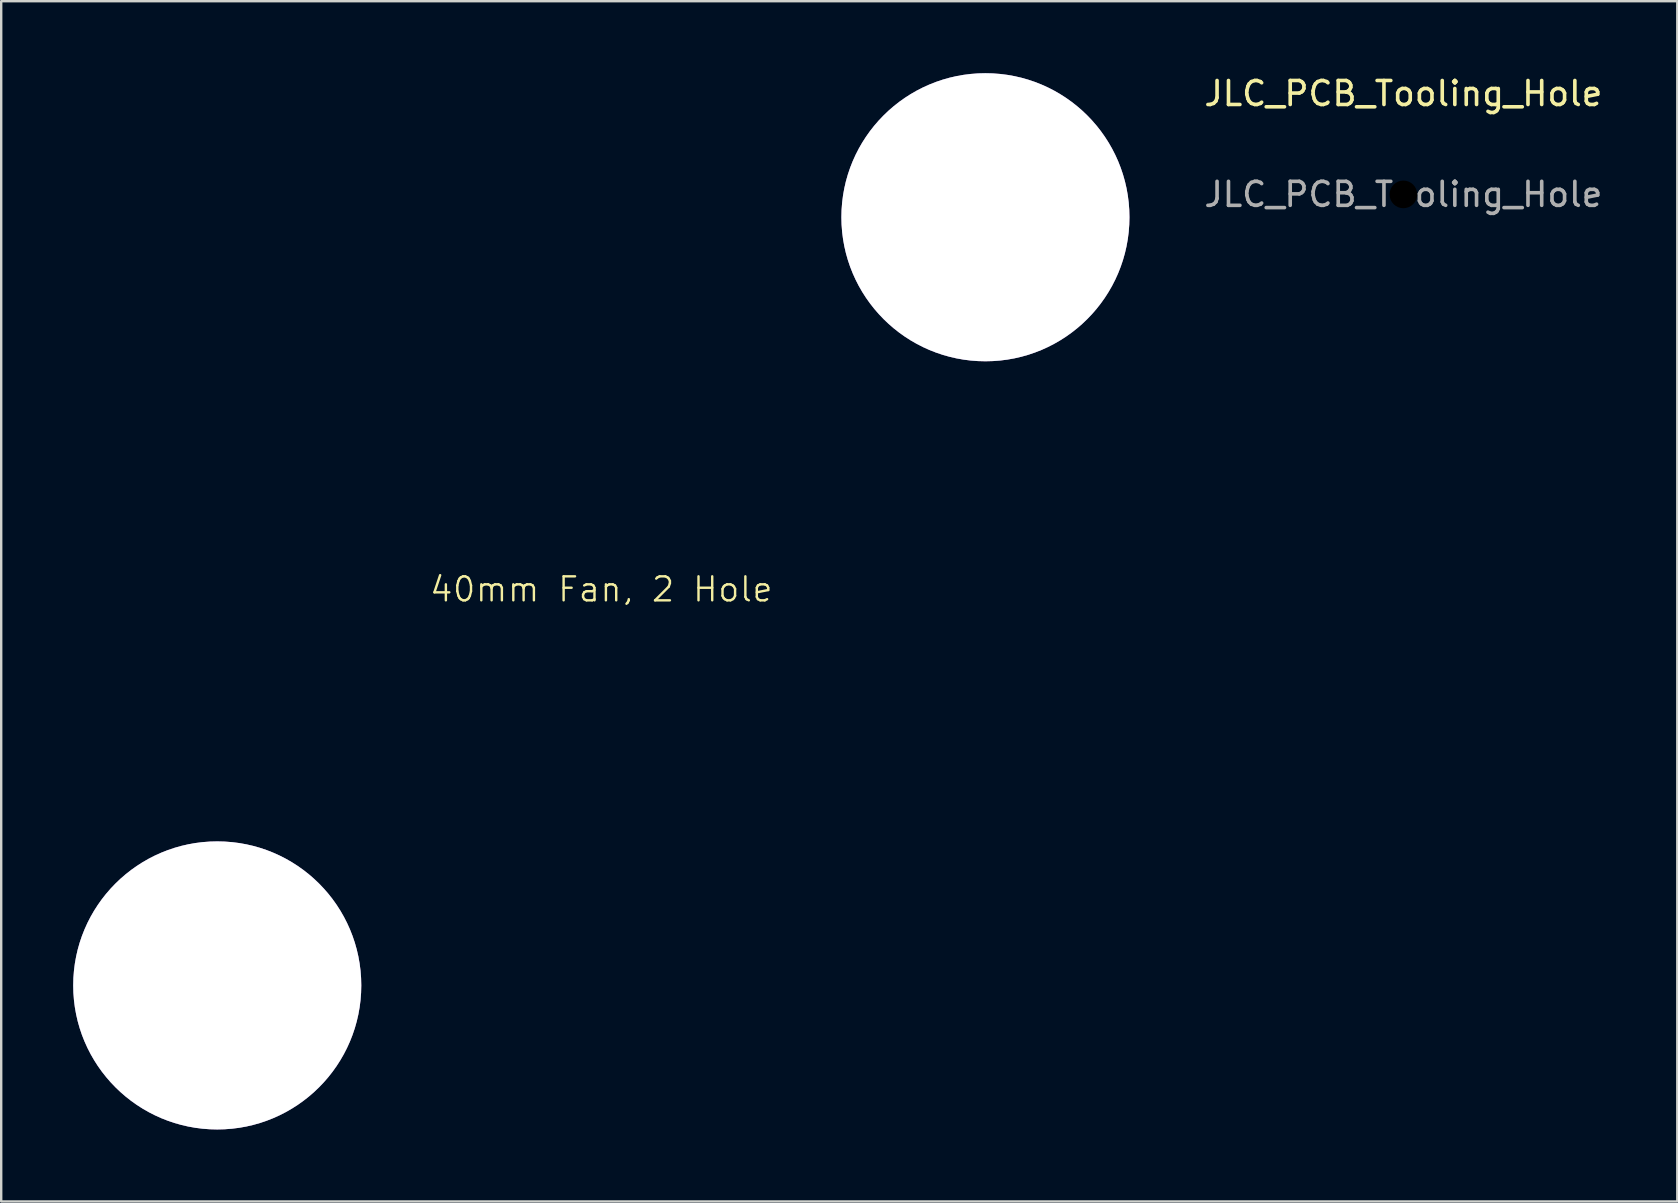
<source format=kicad_pcb>
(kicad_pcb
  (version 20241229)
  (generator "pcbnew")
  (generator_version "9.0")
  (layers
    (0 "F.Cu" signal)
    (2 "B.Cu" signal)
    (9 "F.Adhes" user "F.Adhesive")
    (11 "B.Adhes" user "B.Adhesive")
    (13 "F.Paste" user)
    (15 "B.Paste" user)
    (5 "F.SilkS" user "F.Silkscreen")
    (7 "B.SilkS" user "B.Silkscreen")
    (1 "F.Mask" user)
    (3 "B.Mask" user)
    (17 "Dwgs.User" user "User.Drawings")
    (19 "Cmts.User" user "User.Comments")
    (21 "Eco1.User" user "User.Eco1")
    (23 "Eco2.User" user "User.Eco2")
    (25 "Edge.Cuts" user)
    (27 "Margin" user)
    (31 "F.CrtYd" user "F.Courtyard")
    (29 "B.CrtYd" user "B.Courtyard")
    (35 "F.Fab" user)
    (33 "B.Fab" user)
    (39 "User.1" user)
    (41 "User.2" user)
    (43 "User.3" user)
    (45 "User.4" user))
  (footprint "40mm Fan, 2 Hole"
    (layer "F.Cu")
    (at 22 22)
    (property "Reference" "40mm Fan, 2 Hole" (at 0 -0.5 0) (unlocked yes) (layer "F.SilkS") (effects (font (size 1 1) (thickness 0.1))))
    (pad "1" thru_hole circle (at -16 16) (size 12 12) (drill 12) (layers "*.Cu" "*.Mask"))
    (pad "1" thru_hole circle (at 16 -16) (size 12 12) (drill 12) (layers "*.Cu" "*.Mask")))
  (footprint "JLC_PCB_Tooling_Hole"
    (layer "F.Cu")
    (at 55.411 5.048)
    (property "Reference" "JLC_PCB_Tooling_Hole" (at 0 -4.2 0) (layer "F.SilkS") (effects (font (size 1 1) (thickness 0.15))))
    (attr exclude_from_pos_files exclude_from_bom)
    (fp_circle (center 0 0) (end 0.8 0.05) (stroke (width 0.05) (type solid)) (fill no) (layer "User.2"))
    (fp_text user "${REFERENCE}" (at 0 0 0) (layer "F.Fab") (effects (font (size 1 1) (thickness 0.15))))
    (pad "" np_thru_hole circle (at 0 0) (size 1.3 1.3) (drill 1.152) (layers "*.Mask")))
  (gr_rect
    (start -3 -3)
    (end 66.821 47)
    (stroke (width 0.1) (type default))
    (fill no)
    (layer "Edge.Cuts")))
</source>
